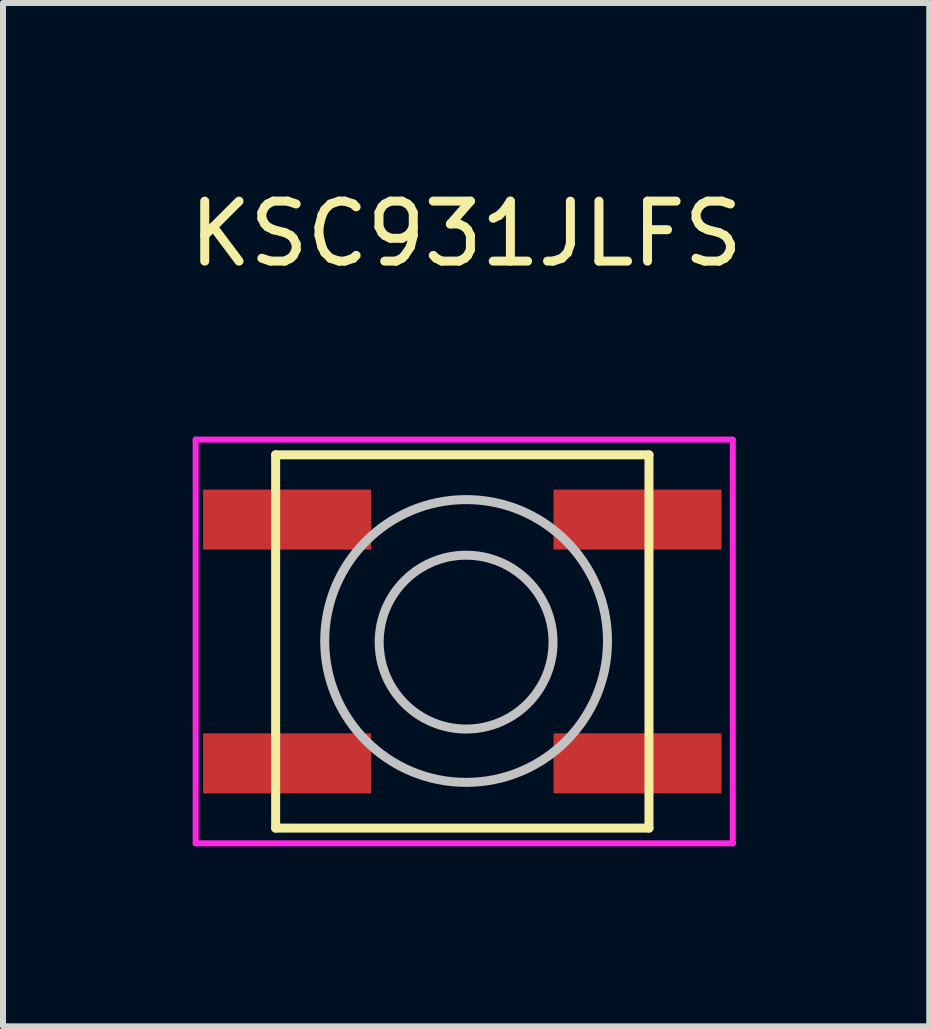
<source format=kicad_pcb>
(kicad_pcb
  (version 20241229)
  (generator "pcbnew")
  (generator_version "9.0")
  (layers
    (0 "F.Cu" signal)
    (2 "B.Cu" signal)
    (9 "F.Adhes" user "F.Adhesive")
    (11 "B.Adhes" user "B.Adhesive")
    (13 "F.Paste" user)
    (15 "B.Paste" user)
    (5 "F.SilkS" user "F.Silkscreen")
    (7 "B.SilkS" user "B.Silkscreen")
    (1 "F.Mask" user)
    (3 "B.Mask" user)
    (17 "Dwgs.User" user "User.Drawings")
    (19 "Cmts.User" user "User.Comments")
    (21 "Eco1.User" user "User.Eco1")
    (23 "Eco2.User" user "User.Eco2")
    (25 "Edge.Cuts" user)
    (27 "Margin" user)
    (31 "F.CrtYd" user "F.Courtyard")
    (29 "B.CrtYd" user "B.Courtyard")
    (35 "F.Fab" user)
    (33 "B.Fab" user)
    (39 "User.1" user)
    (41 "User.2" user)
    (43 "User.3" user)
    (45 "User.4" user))
  (footprint "KSC931JLFS"
    (layer "F.Cu")
    (at 4.72 7.643)
    (property "Reference" "KSC931JLFS" (at 0 -6.795 0) (layer "F.SilkS") (effects (font (size 1 1) (thickness 0.15))))
    (attr through_hole)
    (fp_line (start -3.175 -3.111) (end 3.048 -3.111) (stroke (width 0.15) (type solid)) (layer "F.SilkS"))
    (fp_line (start -3.175 3.111) (end -3.175 -3.111) (stroke (width 0.15) (type solid)) (layer "F.SilkS"))
    (fp_line (start 3.048 -3.111) (end 3.048 3.111) (stroke (width 0.15) (type solid)) (layer "F.SilkS"))
    (fp_line (start 3.048 3.111) (end -3.175 3.111) (stroke (width 0.15) (type solid)) (layer "F.SilkS"))
    (fp_circle (center 0 -0.008) (end 2.357 -0.008) (stroke (width 0.15) (type solid)) (fill no) (layer "Dwgs.User"))
    (fp_circle (center 0 0.011) (end 1.449 0.011) (stroke (width 0.15) (type solid)) (fill no) (layer "Dwgs.User"))
    (fp_line (start -4.508 -3.365) (end -4.508 3.365) (stroke (width 0.1) (type solid)) (layer "F.CrtYd"))
    (fp_line (start -4.508 3.365) (end 4.445 3.365) (stroke (width 0.1) (type solid)) (layer "F.CrtYd"))
    (fp_line (start 4.445 -3.365) (end -4.508 -3.365) (stroke (width 0.1) (type solid)) (layer "F.CrtYd"))
    (fp_line (start 4.445 3.365) (end 4.445 -3.365) (stroke (width 0.1) (type solid)) (layer "F.CrtYd"))
    (pad "1" smd rect (at -2.985 -2.032 90) (size 1 2.8) (layers "F.Cu" "F.Mask" "F.Paste"))
    (pad "1" smd rect (at 2.857 -2.032 90) (size 1 2.8) (layers "F.Cu" "F.Mask" "F.Paste"))
    (pad "2" smd rect (at -2.985 2.032 90) (size 1 2.8) (layers "F.Cu" "F.Mask" "F.Paste"))
    (pad "2" smd rect (at 2.857 2.032 90) (size 1 2.8) (layers "F.Cu" "F.Mask" "F.Paste")))
  (gr_rect
    (start -3 -3)
    (end 12.44 14.058)
    (stroke (width 0.1) (type default))
    (fill no)
    (layer "Edge.Cuts")))
</source>
